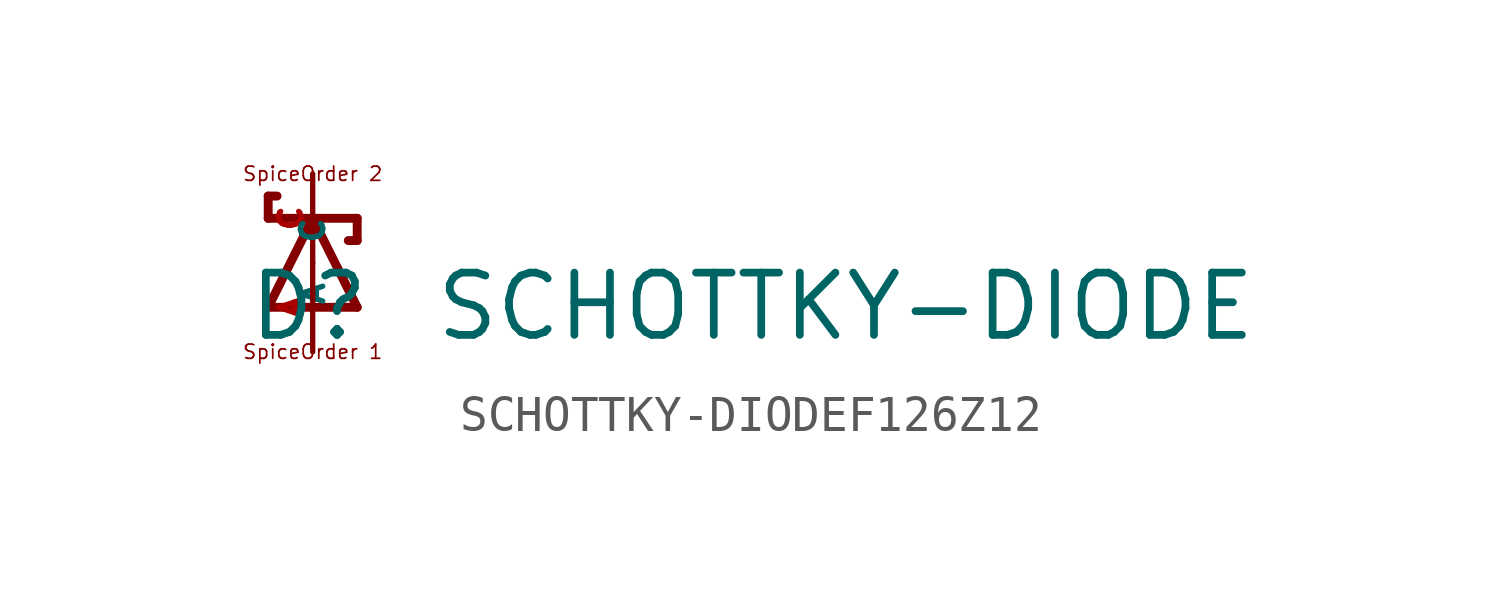
<source format=kicad_sym>
(kicad_symbol_lib
  (version 20220914)
  (generator Eagle2Kicad)
  (symbol "SCHOTTKY-DIODEF126Z12"
    (property "Reference" "D"
      (at -1.905 -2.286 0)
      (effects (font (size 1.778 1.778) (thickness 0.22)) (justify left bottom)))
    (property "Value" "SCHOTTKY-DIODE"
      (at 3.429 -2.286 0)
      (effects (font (size 1.778 1.778) (thickness 0.22)) (justify left bottom)))
    (polyline
      (pts (xy 1.27 -1.27) (xy 0 1.27))
      (stroke (width 0.254) (type default))
      (fill (type none)))
    (polyline
      (pts (xy 0 1.27) (xy -1.27 -1.27))
      (stroke (width 0.254) (type default))
      (fill (type none)))
    (polyline
      (pts (xy -1.27 1.905) (xy -1.27 1.27))
      (stroke (width 0.254) (type default))
      (fill (type none)))
    (polyline
      (pts (xy -1.27 1.27) (xy 0 1.27))
      (stroke (width 0.254) (type default))
      (fill (type none)))
    (polyline
      (pts (xy -1.27 -1.27) (xy 1.27 -1.27))
      (stroke (width 0.254) (type default))
      (fill (type none)))
    (polyline
      (pts (xy 0 1.27) (xy 1.27 1.27))
      (stroke (width 0.254) (type default))
      (fill (type none)))
    (polyline
      (pts (xy -1.27 1.905) (xy -1.016 1.905))
      (stroke (width 0.254) (type default))
      (fill (type none)))
    (polyline
      (pts (xy 1.27 1.27) (xy 1.27 0.635))
      (stroke (width 0.254) (type default))
      (fill (type none)))
    (polyline
      (pts (xy 1.016 0.635) (xy 1.27 0.635))
      (stroke (width 0.254) (type default))
      (fill (type none)))
    (text "SpiceOrder 1"
      (at 0 -2.54 0)
      (effects (font (size 0.406 0.406) (thickness 0.05))))
    (text "SpiceOrder 2"
      (at 0 2.54 0)
      (effects (font (size 0.406 0.406) (thickness 0.05))))
    (pin passive line
      (at 0 2.54 270)
      (length 2.54)
      (name "A" (effects (font (size 0.635 0.635) (thickness 0.08)) (justify left bottom)))
      (number "C" (effects (font (size 0.635 0.635) (thickness 0.08)) (justify left bottom))))
    (pin passive line
      (at 0 -2.54 90)
      (length 2.54)
      (name "C" (effects (font (size 0.635 0.635) (thickness 0.08)) (justify left bottom)))
      (number "A" (effects (font (size 0.635 0.635) (thickness 0.08)) (justify left bottom))))))
</source>
